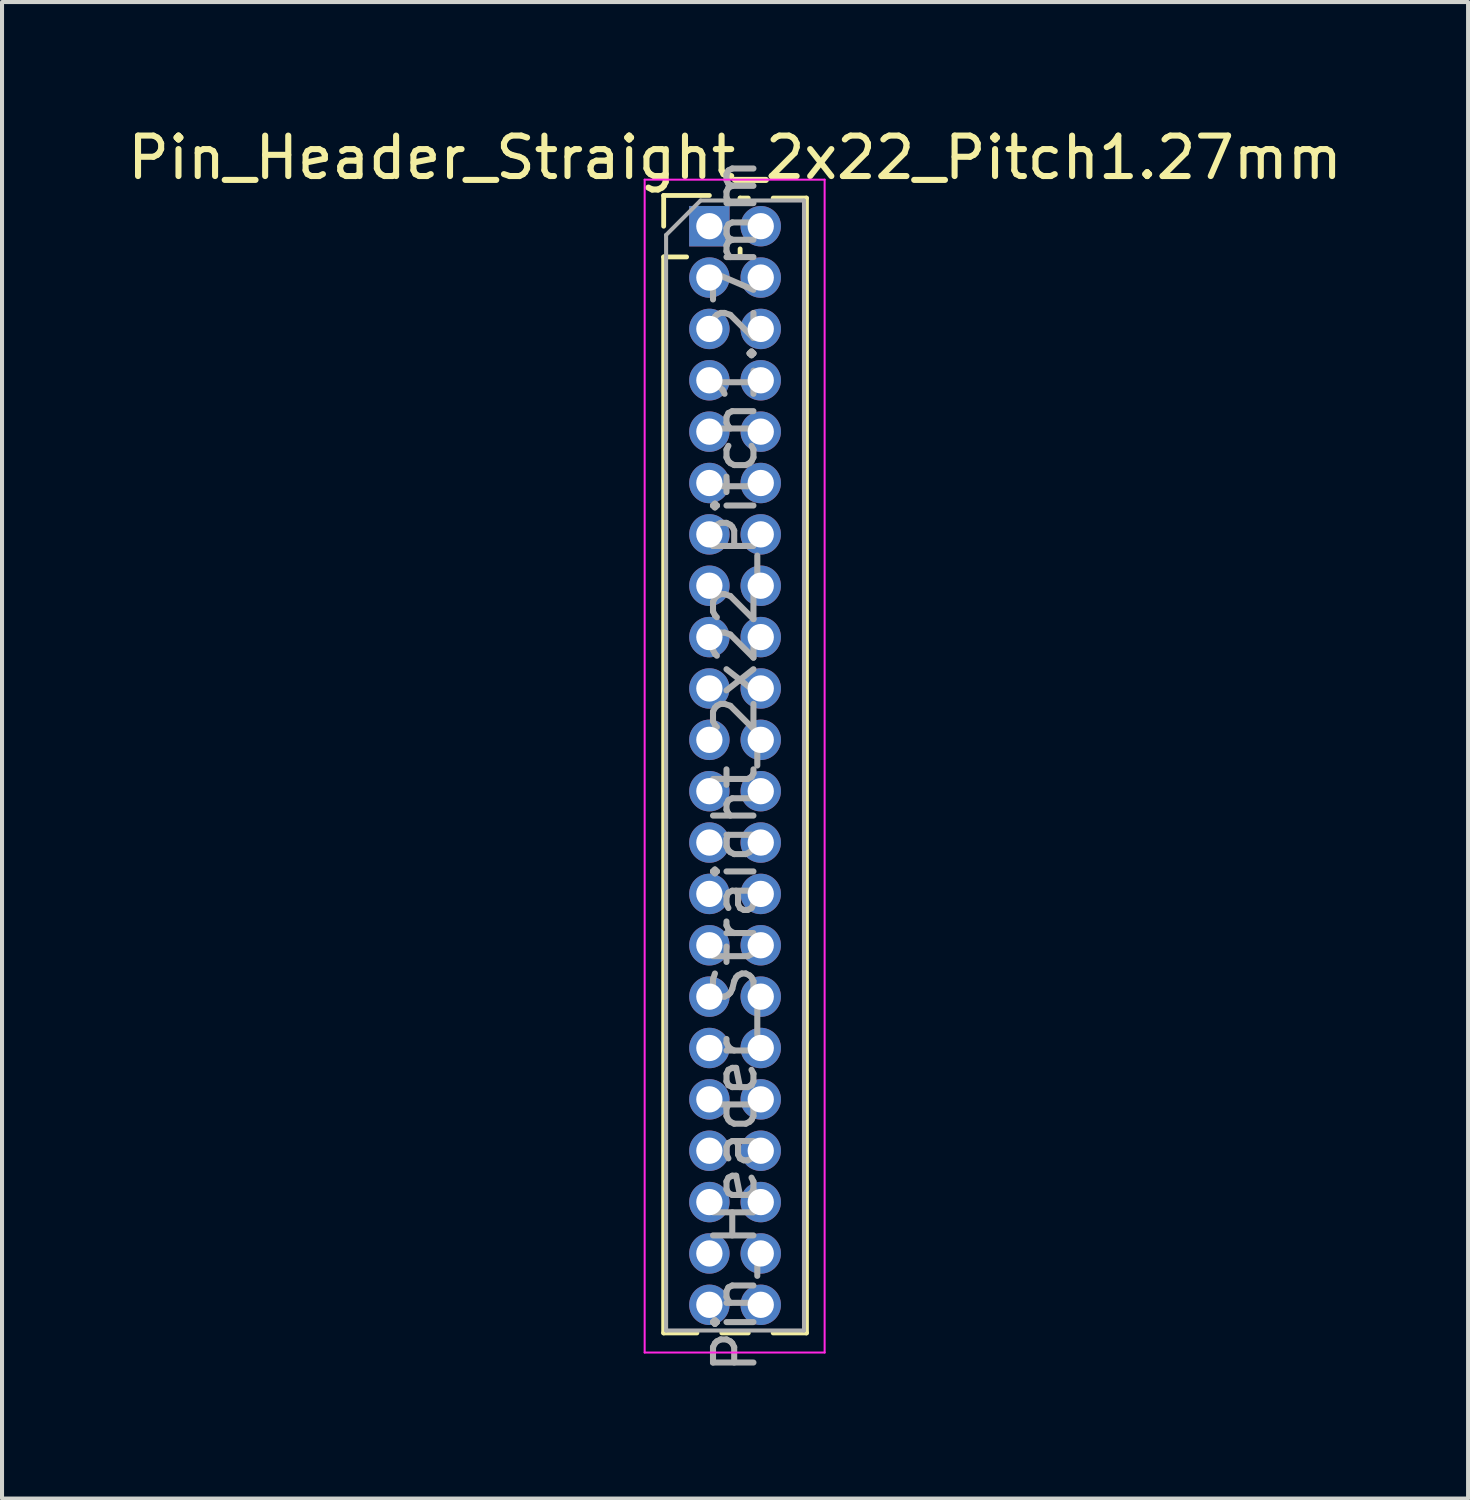
<source format=kicad_pcb>
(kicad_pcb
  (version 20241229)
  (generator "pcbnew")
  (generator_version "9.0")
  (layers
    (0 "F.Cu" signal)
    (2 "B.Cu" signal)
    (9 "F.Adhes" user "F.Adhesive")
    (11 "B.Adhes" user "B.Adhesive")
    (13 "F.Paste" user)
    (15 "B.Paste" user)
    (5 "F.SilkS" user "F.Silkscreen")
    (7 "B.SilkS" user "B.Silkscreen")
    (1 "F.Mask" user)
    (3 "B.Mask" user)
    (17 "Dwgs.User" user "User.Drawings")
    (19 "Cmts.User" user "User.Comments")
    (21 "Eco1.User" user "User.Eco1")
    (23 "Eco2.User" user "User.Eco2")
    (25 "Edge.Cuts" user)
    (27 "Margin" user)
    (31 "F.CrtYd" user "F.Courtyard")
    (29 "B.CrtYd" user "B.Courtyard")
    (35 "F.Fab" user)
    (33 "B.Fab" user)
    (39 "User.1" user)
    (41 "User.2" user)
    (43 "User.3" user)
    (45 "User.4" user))
  (footprint "Pin_Header_Straight_2x22_Pitch1.27mm"
    (layer "F.Cu")
    (at 14.49 2.543)
    (property "Reference" "Pin_Header_Straight_2x22_Pitch1.27mm" (at 0.635 -1.695 0) (layer "F.SilkS") (effects (font (size 1 1) (thickness 0.15))))
    (attr through_hole)
    (fp_line (start -1.13 -0.76) (end 0 -0.76) (stroke (width 0.12) (type solid)) (layer "F.SilkS"))
    (fp_line (start -1.13 0) (end -1.13 -0.76) (stroke (width 0.12) (type solid)) (layer "F.SilkS"))
    (fp_line (start -1.13 0.76) (end -1.13 27.365) (stroke (width 0.12) (type solid)) (layer "F.SilkS"))
    (fp_line (start -1.13 0.76) (end -0.563 0.76) (stroke (width 0.12) (type solid)) (layer "F.SilkS"))
    (fp_line (start -1.13 27.365) (end -0.308 27.365) (stroke (width 0.12) (type solid)) (layer "F.SilkS"))
    (fp_line (start 0.308 27.365) (end 0.962 27.365) (stroke (width 0.12) (type solid)) (layer "F.SilkS"))
    (fp_line (start 0.563 0.76) (end 0.707 0.76) (stroke (width 0.12) (type solid)) (layer "F.SilkS"))
    (fp_line (start 0.76 -0.695) (end 0.962 -0.695) (stroke (width 0.12) (type solid)) (layer "F.SilkS"))
    (fp_line (start 0.76 -0.563) (end 0.76 -0.695) (stroke (width 0.12) (type solid)) (layer "F.SilkS"))
    (fp_line (start 0.76 0.707) (end 0.76 0.563) (stroke (width 0.12) (type solid)) (layer "F.SilkS"))
    (fp_line (start 1.578 -0.695) (end 2.4 -0.695) (stroke (width 0.12) (type solid)) (layer "F.SilkS"))
    (fp_line (start 1.578 27.365) (end 2.4 27.365) (stroke (width 0.12) (type solid)) (layer "F.SilkS"))
    (fp_line (start 2.4 -0.695) (end 2.4 27.365) (stroke (width 0.12) (type solid)) (layer "F.SilkS"))
    (fp_line (start -1.6 -1.15) (end -1.6 27.85) (stroke (width 0.05) (type solid)) (layer "F.CrtYd"))
    (fp_line (start -1.6 27.85) (end 2.85 27.85) (stroke (width 0.05) (type solid)) (layer "F.CrtYd"))
    (fp_line (start 2.85 -1.15) (end -1.6 -1.15) (stroke (width 0.05) (type solid)) (layer "F.CrtYd"))
    (fp_line (start 2.85 27.85) (end 2.85 -1.15) (stroke (width 0.05) (type solid)) (layer "F.CrtYd"))
    (fp_line (start -1.07 0.217) (end -0.217 -0.635) (stroke (width 0.1) (type solid)) (layer "F.Fab"))
    (fp_line (start -1.07 27.305) (end -1.07 0.217) (stroke (width 0.1) (type solid)) (layer "F.Fab"))
    (fp_line (start -0.217 -0.635) (end 2.34 -0.635) (stroke (width 0.1) (type solid)) (layer "F.Fab"))
    (fp_line (start 2.34 -0.635) (end 2.34 27.305) (stroke (width 0.1) (type solid)) (layer "F.Fab"))
    (fp_line (start 2.34 27.305) (end -1.07 27.305) (stroke (width 0.1) (type solid)) (layer "F.Fab"))
    (fp_text user "${REFERENCE}" (at 0.635 13.335 90) (layer "F.Fab") (effects (font (size 1 1) (thickness 0.15))))
    (pad "1" thru_hole rect (at 0 0) (size 1 1) (drill 0.65) (layers "*.Cu" "*.Mask"))
    (pad "2" thru_hole oval (at 1.27 0) (size 1 1) (drill 0.65) (layers "*.Cu" "*.Mask"))
    (pad "3" thru_hole oval (at 0 1.27) (size 1 1) (drill 0.65) (layers "*.Cu" "*.Mask"))
    (pad "4" thru_hole oval (at 1.27 1.27) (size 1 1) (drill 0.65) (layers "*.Cu" "*.Mask"))
    (pad "5" thru_hole oval (at 0 2.54) (size 1 1) (drill 0.65) (layers "*.Cu" "*.Mask"))
    (pad "6" thru_hole oval (at 1.27 2.54) (size 1 1) (drill 0.65) (layers "*.Cu" "*.Mask"))
    (pad "7" thru_hole oval (at 0 3.81) (size 1 1) (drill 0.65) (layers "*.Cu" "*.Mask"))
    (pad "8" thru_hole oval (at 1.27 3.81) (size 1 1) (drill 0.65) (layers "*.Cu" "*.Mask"))
    (pad "9" thru_hole oval (at 0 5.08) (size 1 1) (drill 0.65) (layers "*.Cu" "*.Mask"))
    (pad "10" thru_hole oval (at 1.27 5.08) (size 1 1) (drill 0.65) (layers "*.Cu" "*.Mask"))
    (pad "11" thru_hole oval (at 0 6.35) (size 1 1) (drill 0.65) (layers "*.Cu" "*.Mask"))
    (pad "12" thru_hole oval (at 1.27 6.35) (size 1 1) (drill 0.65) (layers "*.Cu" "*.Mask"))
    (pad "13" thru_hole oval (at 0 7.62) (size 1 1) (drill 0.65) (layers "*.Cu" "*.Mask"))
    (pad "14" thru_hole oval (at 1.27 7.62) (size 1 1) (drill 0.65) (layers "*.Cu" "*.Mask"))
    (pad "15" thru_hole oval (at 0 8.89) (size 1 1) (drill 0.65) (layers "*.Cu" "*.Mask"))
    (pad "16" thru_hole oval (at 1.27 8.89) (size 1 1) (drill 0.65) (layers "*.Cu" "*.Mask"))
    (pad "17" thru_hole oval (at 0 10.16) (size 1 1) (drill 0.65) (layers "*.Cu" "*.Mask"))
    (pad "18" thru_hole oval (at 1.27 10.16) (size 1 1) (drill 0.65) (layers "*.Cu" "*.Mask"))
    (pad "19" thru_hole oval (at 0 11.43) (size 1 1) (drill 0.65) (layers "*.Cu" "*.Mask"))
    (pad "20" thru_hole oval (at 1.27 11.43) (size 1 1) (drill 0.65) (layers "*.Cu" "*.Mask"))
    (pad "21" thru_hole oval (at 0 12.7) (size 1 1) (drill 0.65) (layers "*.Cu" "*.Mask"))
    (pad "22" thru_hole oval (at 1.27 12.7) (size 1 1) (drill 0.65) (layers "*.Cu" "*.Mask"))
    (pad "23" thru_hole oval (at 0 13.97) (size 1 1) (drill 0.65) (layers "*.Cu" "*.Mask"))
    (pad "24" thru_hole oval (at 1.27 13.97) (size 1 1) (drill 0.65) (layers "*.Cu" "*.Mask"))
    (pad "25" thru_hole oval (at 0 15.24) (size 1 1) (drill 0.65) (layers "*.Cu" "*.Mask"))
    (pad "26" thru_hole oval (at 1.27 15.24) (size 1 1) (drill 0.65) (layers "*.Cu" "*.Mask"))
    (pad "27" thru_hole oval (at 0 16.51) (size 1 1) (drill 0.65) (layers "*.Cu" "*.Mask"))
    (pad "28" thru_hole oval (at 1.27 16.51) (size 1 1) (drill 0.65) (layers "*.Cu" "*.Mask"))
    (pad "29" thru_hole oval (at 0 17.78) (size 1 1) (drill 0.65) (layers "*.Cu" "*.Mask"))
    (pad "30" thru_hole oval (at 1.27 17.78) (size 1 1) (drill 0.65) (layers "*.Cu" "*.Mask"))
    (pad "31" thru_hole oval (at 0 19.05) (size 1 1) (drill 0.65) (layers "*.Cu" "*.Mask"))
    (pad "32" thru_hole oval (at 1.27 19.05) (size 1 1) (drill 0.65) (layers "*.Cu" "*.Mask"))
    (pad "33" thru_hole oval (at 0 20.32) (size 1 1) (drill 0.65) (layers "*.Cu" "*.Mask"))
    (pad "34" thru_hole oval (at 1.27 20.32) (size 1 1) (drill 0.65) (layers "*.Cu" "*.Mask"))
    (pad "35" thru_hole oval (at 0 21.59) (size 1 1) (drill 0.65) (layers "*.Cu" "*.Mask"))
    (pad "36" thru_hole oval (at 1.27 21.59) (size 1 1) (drill 0.65) (layers "*.Cu" "*.Mask"))
    (pad "37" thru_hole oval (at 0 22.86) (size 1 1) (drill 0.65) (layers "*.Cu" "*.Mask"))
    (pad "38" thru_hole oval (at 1.27 22.86) (size 1 1) (drill 0.65) (layers "*.Cu" "*.Mask"))
    (pad "39" thru_hole oval (at 0 24.13) (size 1 1) (drill 0.65) (layers "*.Cu" "*.Mask"))
    (pad "40" thru_hole oval (at 1.27 24.13) (size 1 1) (drill 0.65) (layers "*.Cu" "*.Mask"))
    (pad "41" thru_hole oval (at 0 25.4) (size 1 1) (drill 0.65) (layers "*.Cu" "*.Mask"))
    (pad "42" thru_hole oval (at 1.27 25.4) (size 1 1) (drill 0.65) (layers "*.Cu" "*.Mask"))
    (pad "43" thru_hole oval (at 0 26.67) (size 1 1) (drill 0.65) (layers "*.Cu" "*.Mask"))
    (pad "44" thru_hole oval (at 1.27 26.67) (size 1 1) (drill 0.65) (layers "*.Cu" "*.Mask")))
  (gr_rect
    (start -3 -3)
    (end 33.25 34.003)
    (stroke (width 0.1) (type default))
    (fill no)
    (layer "Edge.Cuts")))
</source>
